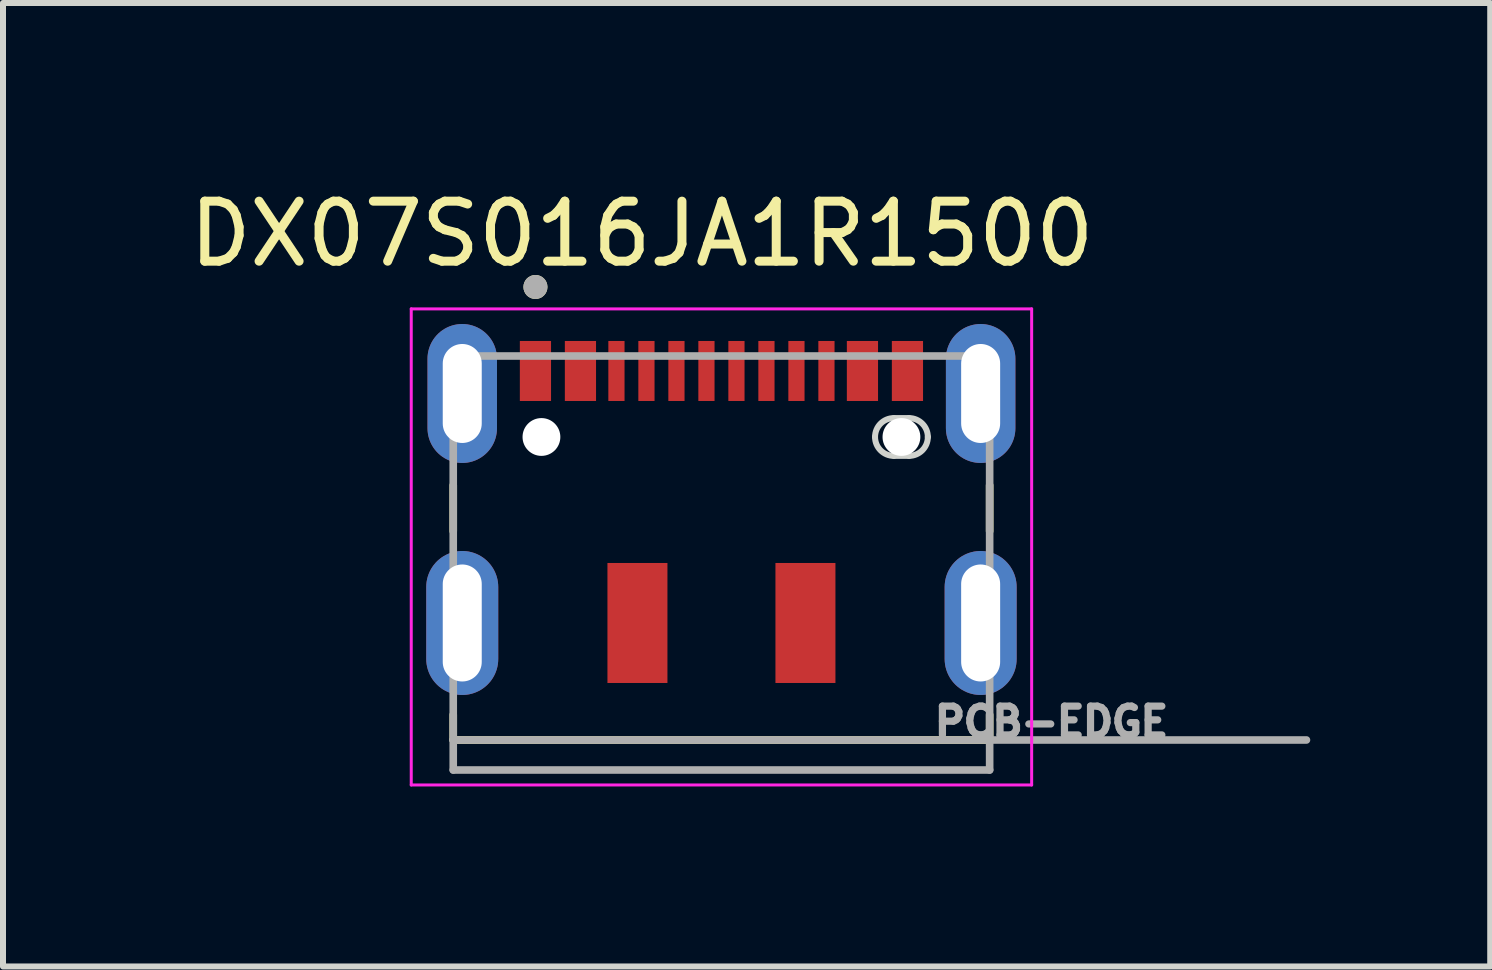
<source format=kicad_pcb>
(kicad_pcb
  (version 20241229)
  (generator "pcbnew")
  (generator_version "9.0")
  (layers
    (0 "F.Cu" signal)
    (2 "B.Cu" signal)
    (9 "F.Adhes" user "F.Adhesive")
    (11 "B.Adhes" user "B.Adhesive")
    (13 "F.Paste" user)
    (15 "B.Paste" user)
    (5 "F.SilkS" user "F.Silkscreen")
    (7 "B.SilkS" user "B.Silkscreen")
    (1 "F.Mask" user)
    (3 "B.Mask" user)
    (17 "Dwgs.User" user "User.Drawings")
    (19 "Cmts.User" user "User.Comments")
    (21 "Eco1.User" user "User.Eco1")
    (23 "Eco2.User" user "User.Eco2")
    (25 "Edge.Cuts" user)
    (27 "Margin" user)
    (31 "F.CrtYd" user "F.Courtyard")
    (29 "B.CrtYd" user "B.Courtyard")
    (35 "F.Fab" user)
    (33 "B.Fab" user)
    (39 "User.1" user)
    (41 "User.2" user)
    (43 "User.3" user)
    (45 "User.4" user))
  (footprint "DX07S016JA1R1500"
    (layer "F.Cu")
    (at 8.974 4.233)
    (property "Reference" "DX07S016JA1R1500" (at -1.325 -3.385 0) (layer "F.SilkS") (effects (font (size 1 1) (thickness 0.15))))
    (attr through_hole)
    (fp_line (start -4.47 0.805) (end -4.47 1.57) (stroke (width 0.127) (type solid)) (layer "F.SilkS"))
    (fp_line (start -4.47 5.05) (end -4.47 4.63) (stroke (width 0.127) (type solid)) (layer "F.SilkS"))
    (fp_line (start 4.47 0.805) (end 4.47 1.57) (stroke (width 0.127) (type solid)) (layer "F.SilkS"))
    (fp_line (start 4.47 4.63) (end 4.47 5.05) (stroke (width 0.127) (type solid)) (layer "F.SilkS"))
    (fp_line (start 4.47 5.05) (end -4.47 5.05) (stroke (width 0.127) (type solid)) (layer "F.SilkS"))
    (fp_circle (center -3.1 -2.5) (end -3 -2.5) (stroke (width 0.2) (type solid)) (fill no) (layer "F.SilkS"))
    (fp_line (start 2.875 -0.315) (end 3.125 -0.315) (stroke (width 0.1) (type solid)) (layer "Edge.Cuts"))
    (fp_line (start 3.125 0.315) (end 2.875 0.315) (stroke (width 0.1) (type solid)) (layer "Edge.Cuts"))
    (fp_arc (start 2.56 0) (mid 2.652261 -0.222739) (end 2.875 -0.315) (stroke (width 0.1) (type solid)) (layer "Edge.Cuts"))
    (fp_arc (start 2.875 0.315) (mid 2.652261 0.222739) (end 2.56 0) (stroke (width 0.1) (type solid)) (layer "Edge.Cuts"))
    (fp_arc (start 3.125 -0.315) (mid 3.347739 -0.222739) (end 3.44 0) (stroke (width 0.1) (type solid)) (layer "Edge.Cuts"))
    (fp_arc (start 3.44 0) (mid 3.347739 0.222739) (end 3.125 0.315) (stroke (width 0.1) (type solid)) (layer "Edge.Cuts"))
    (fp_line (start -5.17 -2.135) (end 5.17 -2.135) (stroke (width 0.05) (type solid)) (layer "F.CrtYd"))
    (fp_line (start -5.17 5.8) (end -5.17 -2.135) (stroke (width 0.05) (type solid)) (layer "F.CrtYd"))
    (fp_line (start 5.17 -2.135) (end 5.17 5.8) (stroke (width 0.05) (type solid)) (layer "F.CrtYd"))
    (fp_line (start 5.17 5.8) (end -5.17 5.8) (stroke (width 0.05) (type solid)) (layer "F.CrtYd"))
    (fp_line (start -4.47 -1.35) (end 4.47 -1.35) (stroke (width 0.127) (type solid)) (layer "F.Fab"))
    (fp_line (start -4.47 5.05) (end -4.47 -1.35) (stroke (width 0.127) (type solid)) (layer "F.Fab"))
    (fp_line (start -4.47 5.55) (end -4.47 5.05) (stroke (width 0.127) (type solid)) (layer "F.Fab"))
    (fp_line (start 4.47 -1.35) (end 4.47 5.05) (stroke (width 0.127) (type solid)) (layer "F.Fab"))
    (fp_line (start 4.47 5.05) (end -4.47 5.05) (stroke (width 0.127) (type solid)) (layer "F.Fab"))
    (fp_line (start 4.47 5.05) (end 4.47 5.55) (stroke (width 0.127) (type solid)) (layer "F.Fab"))
    (fp_line (start 4.47 5.05) (end 9.75 5.05) (stroke (width 0.127) (type solid)) (layer "F.Fab"))
    (fp_line (start 4.47 5.55) (end -4.47 5.55) (stroke (width 0.127) (type solid)) (layer "F.Fab"))
    (fp_circle (center -3.1 -2.5) (end -3 -2.5) (stroke (width 0.2) (type solid)) (fill no) (layer "F.Fab"))
    (fp_text user "PCB-EDGE" (at 5.5 4.75 0) (layer "F.Fab") (effects (font (size 0.48 0.48) (thickness 0.15))))
    (pad "" np_thru_hole circle (at -3 0) (size 0.63 0.63) (drill 0.63) (layers "*.Cu" "*.Mask"))
    (pad "" np_thru_hole circle (at 3 0) (size 0.6 0.6) (drill 0.6) (layers "*.Cu" "*.Mask"))
    (pad "" np_thru_hole circle (at 3 0) (size 0.63 0.63) (drill 0.63) (layers "*.Cu" "*.Mask"))
    (pad "A1" smd rect (at -3.1 -1.1) (size 0.52 1) (layers "F.Cu" "F.Mask" "F.Paste"))
    (pad "A4" smd rect (at -2.35 -1.1) (size 0.52 1) (layers "F.Cu" "F.Mask" "F.Paste"))
    (pad "A5" smd rect (at -1.75 -1.1) (size 0.27 1) (layers "F.Cu" "F.Mask" "F.Paste"))
    (pad "A6" smd rect (at -0.25 -1.1) (size 0.27 1) (layers "F.Cu" "F.Mask" "F.Paste"))
    (pad "A7" smd rect (at 0.75 -1.1) (size 0.27 1) (layers "F.Cu" "F.Mask" "F.Paste"))
    (pad "A8" smd rect (at 1.75 -1.1) (size 0.27 1) (layers "F.Cu" "F.Mask" "F.Paste"))
    (pad "A12" smd rect (at 3.1 -1.1) (size 0.52 1) (layers "F.Cu" "F.Mask" "F.Paste"))
    (pad "B4" smd rect (at 2.35 -1.1) (size 0.52 1) (layers "F.Cu" "F.Mask" "F.Paste"))
    (pad "B5" smd rect (at 1.25 -1.1) (size 0.27 1) (layers "F.Cu" "F.Mask" "F.Paste"))
    (pad "B6" smd rect (at 0.25 -1.1) (size 0.27 1) (layers "F.Cu" "F.Mask" "F.Paste"))
    (pad "B7" smd rect (at -0.75 -1.1) (size 0.27 1) (layers "F.Cu" "F.Mask" "F.Paste"))
    (pad "B8" smd rect (at -1.25 -1.1) (size 0.27 1) (layers "F.Cu" "F.Mask" "F.Paste"))
    (pad "S1" thru_hole oval (at -4.32 -0.725) (size 1.158 2.316) (drill oval 0.65 1.65) (layers "*.Cu" "*.Mask"))
    (pad "S1" thru_hole oval (at -4.32 3.1) (size 1.2 2.4) (drill oval 0.65 1.95) (layers "*.Cu" "*.Mask"))
    (pad "S1" smd rect (at -1.4 3.1) (size 1 2) (layers "F.Cu" "F.Mask" "F.Paste"))
    (pad "S1" smd rect (at 1.4 3.1) (size 1 2) (layers "F.Cu" "F.Mask" "F.Paste"))
    (pad "S1" thru_hole oval (at 4.32 -0.725) (size 1.158 2.316) (drill oval 0.65 1.65) (layers "*.Cu" "*.Mask"))
    (pad "S1" thru_hole oval (at 4.32 3.1) (size 1.2 2.4) (drill oval 0.65 1.95) (layers "*.Cu" "*.Mask")))
  (gr_rect
    (start -3 -3)
    (end 21.787 13.058)
    (stroke (width 0.1) (type default))
    (fill no)
    (layer "Edge.Cuts")))
</source>
